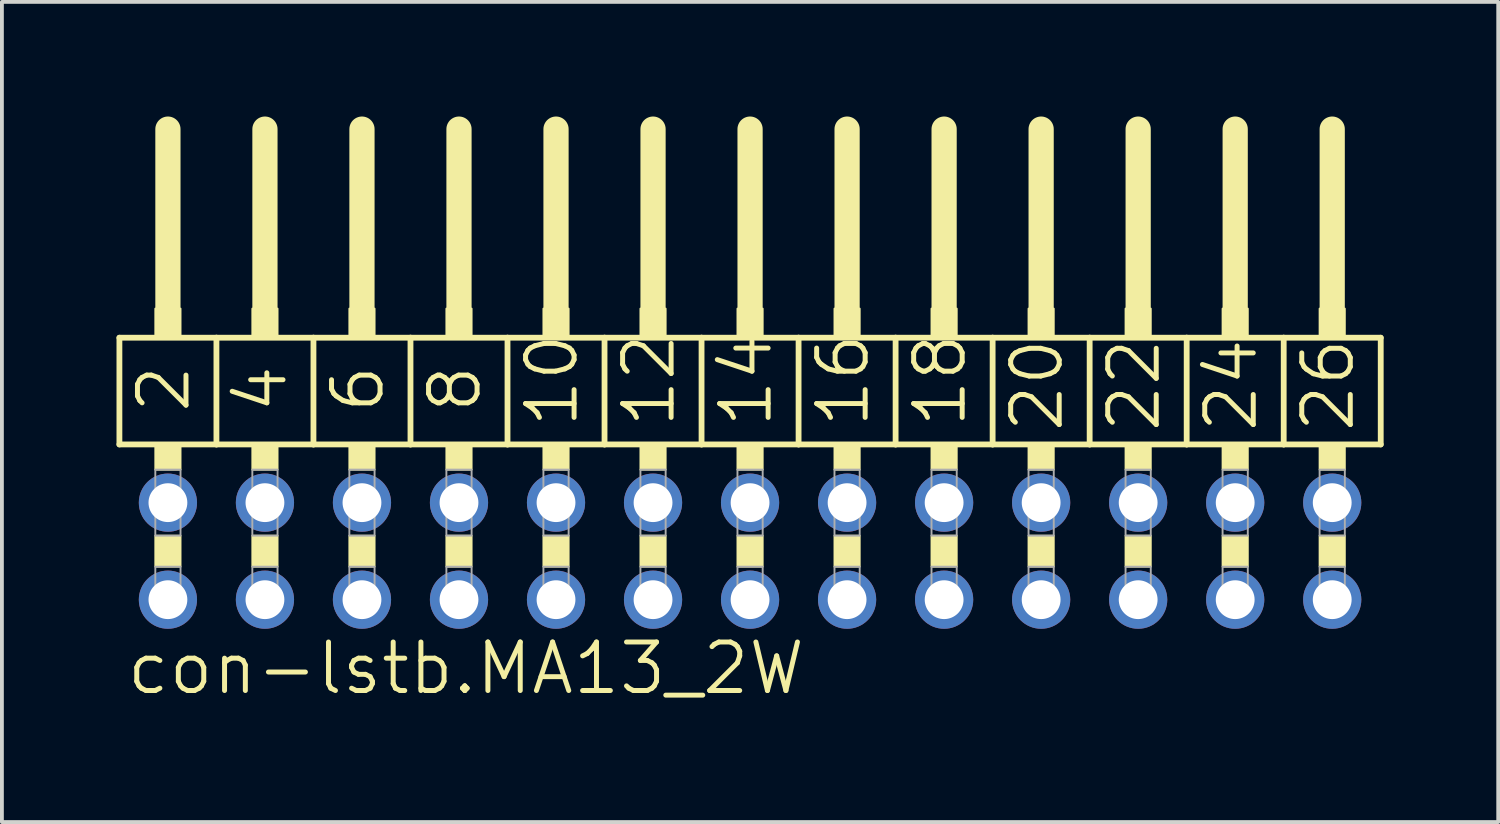
<source format=kicad_pcb>
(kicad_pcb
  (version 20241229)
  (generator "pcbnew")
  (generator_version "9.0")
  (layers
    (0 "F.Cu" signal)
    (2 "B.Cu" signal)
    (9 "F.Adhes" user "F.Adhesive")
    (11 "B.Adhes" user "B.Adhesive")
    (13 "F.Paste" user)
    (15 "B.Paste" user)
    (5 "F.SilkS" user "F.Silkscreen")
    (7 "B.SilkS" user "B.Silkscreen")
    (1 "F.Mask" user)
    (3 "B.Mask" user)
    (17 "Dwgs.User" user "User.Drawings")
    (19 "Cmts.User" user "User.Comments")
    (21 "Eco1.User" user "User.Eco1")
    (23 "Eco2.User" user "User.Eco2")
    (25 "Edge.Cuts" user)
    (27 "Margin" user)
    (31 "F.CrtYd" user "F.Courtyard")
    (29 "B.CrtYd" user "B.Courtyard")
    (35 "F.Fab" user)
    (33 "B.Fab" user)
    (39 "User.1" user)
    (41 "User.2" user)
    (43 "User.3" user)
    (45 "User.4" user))
  (footprint "con-lstb.MA13_2W"
    (layer "F.Cu")
    (at 16.586 11.379)
    (property "Reference" "con-lstb.MA13_2W" (at -16.383 3.81 0) (layer "F.SilkS") (effects (font (size 1.27 1.27) (thickness 0.13)) (justify left bottom)))
    (attr through_hole)
    (fp_line (start -16.51 -5.588) (end -13.97 -5.588) (stroke (width 0.152) (type default)) (layer "F.SilkS"))
    (fp_line (start -16.51 -2.794) (end -16.51 -5.588) (stroke (width 0.152) (type default)) (layer "F.SilkS"))
    (fp_line (start -15.24 -6.35) (end -15.24 -11.049) (stroke (width 0.66) (type default)) (layer "F.SilkS"))
    (fp_line (start -13.97 -5.588) (end -11.43 -5.588) (stroke (width 0.152) (type default)) (layer "F.SilkS"))
    (fp_line (start -13.97 -2.794) (end -16.51 -2.794) (stroke (width 0.152) (type default)) (layer "F.SilkS"))
    (fp_line (start -13.97 -2.794) (end -13.97 -5.588) (stroke (width 0.152) (type default)) (layer "F.SilkS"))
    (fp_line (start -13.97 -2.794) (end -11.43 -2.794) (stroke (width 0.152) (type default)) (layer "F.SilkS"))
    (fp_line (start -12.7 -6.35) (end -12.7 -11.049) (stroke (width 0.66) (type default)) (layer "F.SilkS"))
    (fp_line (start -11.43 -5.588) (end -8.89 -5.588) (stroke (width 0.152) (type default)) (layer "F.SilkS"))
    (fp_line (start -11.43 -2.794) (end -11.43 -5.588) (stroke (width 0.152) (type default)) (layer "F.SilkS"))
    (fp_line (start -10.16 -6.35) (end -10.16 -11.049) (stroke (width 0.66) (type default)) (layer "F.SilkS"))
    (fp_line (start -8.89 -5.588) (end -6.35 -5.588) (stroke (width 0.152) (type default)) (layer "F.SilkS"))
    (fp_line (start -8.89 -2.794) (end -11.43 -2.794) (stroke (width 0.152) (type default)) (layer "F.SilkS"))
    (fp_line (start -8.89 -2.794) (end -8.89 -5.588) (stroke (width 0.152) (type default)) (layer "F.SilkS"))
    (fp_line (start -7.62 -6.35) (end -7.62 -11.049) (stroke (width 0.66) (type default)) (layer "F.SilkS"))
    (fp_line (start -6.35 -5.588) (end -3.81 -5.588) (stroke (width 0.152) (type default)) (layer "F.SilkS"))
    (fp_line (start -6.35 -2.794) (end -8.89 -2.794) (stroke (width 0.152) (type default)) (layer "F.SilkS"))
    (fp_line (start -6.35 -2.794) (end -6.35 -5.588) (stroke (width 0.152) (type default)) (layer "F.SilkS"))
    (fp_line (start -5.08 -6.35) (end -5.08 -11.049) (stroke (width 0.66) (type default)) (layer "F.SilkS"))
    (fp_line (start -3.81 -5.588) (end -1.27 -5.588) (stroke (width 0.152) (type default)) (layer "F.SilkS"))
    (fp_line (start -3.81 -2.794) (end -6.35 -2.794) (stroke (width 0.152) (type default)) (layer "F.SilkS"))
    (fp_line (start -3.81 -2.794) (end -3.81 -5.588) (stroke (width 0.152) (type default)) (layer "F.SilkS"))
    (fp_line (start -2.54 -6.35) (end -2.54 -11.049) (stroke (width 0.66) (type default)) (layer "F.SilkS"))
    (fp_line (start -1.27 -5.588) (end 1.27 -5.588) (stroke (width 0.152) (type default)) (layer "F.SilkS"))
    (fp_line (start -1.27 -2.794) (end -3.81 -2.794) (stroke (width 0.152) (type default)) (layer "F.SilkS"))
    (fp_line (start -1.27 -2.794) (end -1.27 -5.588) (stroke (width 0.152) (type default)) (layer "F.SilkS"))
    (fp_line (start -1.27 -2.794) (end 1.27 -2.794) (stroke (width 0.152) (type default)) (layer "F.SilkS"))
    (fp_line (start 0 -6.35) (end 0 -11.049) (stroke (width 0.66) (type default)) (layer "F.SilkS"))
    (fp_line (start 1.27 -5.588) (end 3.81 -5.588) (stroke (width 0.152) (type default)) (layer "F.SilkS"))
    (fp_line (start 1.27 -2.794) (end 1.27 -5.588) (stroke (width 0.152) (type default)) (layer "F.SilkS"))
    (fp_line (start 2.54 -6.35) (end 2.54 -11.049) (stroke (width 0.66) (type default)) (layer "F.SilkS"))
    (fp_line (start 3.81 -5.588) (end 6.35 -5.588) (stroke (width 0.152) (type default)) (layer "F.SilkS"))
    (fp_line (start 3.81 -2.794) (end 1.27 -2.794) (stroke (width 0.152) (type default)) (layer "F.SilkS"))
    (fp_line (start 3.81 -2.794) (end 3.81 -5.588) (stroke (width 0.152) (type default)) (layer "F.SilkS"))
    (fp_line (start 5.08 -6.35) (end 5.08 -11.049) (stroke (width 0.66) (type default)) (layer "F.SilkS"))
    (fp_line (start 6.35 -5.588) (end 8.89 -5.588) (stroke (width 0.152) (type default)) (layer "F.SilkS"))
    (fp_line (start 6.35 -2.794) (end 3.81 -2.794) (stroke (width 0.152) (type default)) (layer "F.SilkS"))
    (fp_line (start 6.35 -2.794) (end 6.35 -5.588) (stroke (width 0.152) (type default)) (layer "F.SilkS"))
    (fp_line (start 7.62 -6.35) (end 7.62 -11.049) (stroke (width 0.66) (type default)) (layer "F.SilkS"))
    (fp_line (start 8.89 -5.588) (end 11.43 -5.588) (stroke (width 0.152) (type default)) (layer "F.SilkS"))
    (fp_line (start 8.89 -2.794) (end 6.35 -2.794) (stroke (width 0.152) (type default)) (layer "F.SilkS"))
    (fp_line (start 8.89 -2.794) (end 8.89 -5.588) (stroke (width 0.152) (type default)) (layer "F.SilkS"))
    (fp_line (start 10.16 -6.35) (end 10.16 -11.049) (stroke (width 0.66) (type default)) (layer "F.SilkS"))
    (fp_line (start 11.43 -5.588) (end 13.97 -5.588) (stroke (width 0.152) (type default)) (layer "F.SilkS"))
    (fp_line (start 11.43 -2.794) (end 8.89 -2.794) (stroke (width 0.152) (type default)) (layer "F.SilkS"))
    (fp_line (start 11.43 -2.794) (end 11.43 -5.588) (stroke (width 0.152) (type default)) (layer "F.SilkS"))
    (fp_line (start 11.43 -2.794) (end 13.97 -2.794) (stroke (width 0.152) (type default)) (layer "F.SilkS"))
    (fp_line (start 12.7 -6.35) (end 12.7 -11.049) (stroke (width 0.66) (type default)) (layer "F.SilkS"))
    (fp_line (start 13.97 -5.588) (end 16.51 -5.588) (stroke (width 0.152) (type default)) (layer "F.SilkS"))
    (fp_line (start 13.97 -2.794) (end 13.97 -5.588) (stroke (width 0.152) (type default)) (layer "F.SilkS"))
    (fp_line (start 15.24 -6.35) (end 15.24 -11.049) (stroke (width 0.66) (type default)) (layer "F.SilkS"))
    (fp_line (start 16.51 -2.794) (end 13.97 -2.794) (stroke (width 0.152) (type default)) (layer "F.SilkS"))
    (fp_line (start 16.51 -2.794) (end 16.51 -5.588) (stroke (width 0.152) (type default)) (layer "F.SilkS"))
    (fp_rect (start -15.57 -5.588) (end -14.91 -6.35) (stroke (width 0.05) (type default)) (fill yes) (layer "F.SilkS"))
    (fp_rect (start -15.57 -2.134) (end -14.91 -2.794) (stroke (width 0.05) (type default)) (fill yes) (layer "F.SilkS"))
    (fp_rect (start -15.57 0.406) (end -14.91 -0.406) (stroke (width 0.05) (type default)) (fill yes) (layer "F.SilkS"))
    (fp_rect (start -13.03 -5.588) (end -12.37 -6.35) (stroke (width 0.05) (type default)) (fill yes) (layer "F.SilkS"))
    (fp_rect (start -13.03 -2.134) (end -12.37 -2.794) (stroke (width 0.05) (type default)) (fill yes) (layer "F.SilkS"))
    (fp_rect (start -13.03 0.406) (end -12.37 -0.406) (stroke (width 0.05) (type default)) (fill yes) (layer "F.SilkS"))
    (fp_rect (start -10.49 -5.588) (end -9.83 -6.35) (stroke (width 0.05) (type default)) (fill yes) (layer "F.SilkS"))
    (fp_rect (start -10.49 -2.134) (end -9.83 -2.794) (stroke (width 0.05) (type default)) (fill yes) (layer "F.SilkS"))
    (fp_rect (start -10.49 0.406) (end -9.83 -0.406) (stroke (width 0.05) (type default)) (fill yes) (layer "F.SilkS"))
    (fp_rect (start -7.95 -5.588) (end -7.29 -6.35) (stroke (width 0.05) (type default)) (fill yes) (layer "F.SilkS"))
    (fp_rect (start -7.95 -2.134) (end -7.29 -2.794) (stroke (width 0.05) (type default)) (fill yes) (layer "F.SilkS"))
    (fp_rect (start -7.95 0.406) (end -7.29 -0.406) (stroke (width 0.05) (type default)) (fill yes) (layer "F.SilkS"))
    (fp_rect (start -5.41 -5.588) (end -4.75 -6.35) (stroke (width 0.05) (type default)) (fill yes) (layer "F.SilkS"))
    (fp_rect (start -5.41 -2.134) (end -4.75 -2.794) (stroke (width 0.05) (type default)) (fill yes) (layer "F.SilkS"))
    (fp_rect (start -5.41 0.406) (end -4.75 -0.406) (stroke (width 0.05) (type default)) (fill yes) (layer "F.SilkS"))
    (fp_rect (start -2.87 -5.588) (end -2.21 -6.35) (stroke (width 0.05) (type default)) (fill yes) (layer "F.SilkS"))
    (fp_rect (start -2.87 -2.134) (end -2.21 -2.794) (stroke (width 0.05) (type default)) (fill yes) (layer "F.SilkS"))
    (fp_rect (start -2.87 0.406) (end -2.21 -0.406) (stroke (width 0.05) (type default)) (fill yes) (layer "F.SilkS"))
    (fp_rect (start -0.33 -5.588) (end 0.33 -6.35) (stroke (width 0.05) (type default)) (fill yes) (layer "F.SilkS"))
    (fp_rect (start -0.33 -2.134) (end 0.33 -2.794) (stroke (width 0.05) (type default)) (fill yes) (layer "F.SilkS"))
    (fp_rect (start -0.33 0.406) (end 0.33 -0.406) (stroke (width 0.05) (type default)) (fill yes) (layer "F.SilkS"))
    (fp_rect (start 2.21 -5.588) (end 2.87 -6.35) (stroke (width 0.05) (type default)) (fill yes) (layer "F.SilkS"))
    (fp_rect (start 2.21 -2.134) (end 2.87 -2.794) (stroke (width 0.05) (type default)) (fill yes) (layer "F.SilkS"))
    (fp_rect (start 2.21 0.406) (end 2.87 -0.406) (stroke (width 0.05) (type default)) (fill yes) (layer "F.SilkS"))
    (fp_rect (start 4.75 -5.588) (end 5.41 -6.35) (stroke (width 0.05) (type default)) (fill yes) (layer "F.SilkS"))
    (fp_rect (start 4.75 -2.134) (end 5.41 -2.794) (stroke (width 0.05) (type default)) (fill yes) (layer "F.SilkS"))
    (fp_rect (start 4.75 0.406) (end 5.41 -0.406) (stroke (width 0.05) (type default)) (fill yes) (layer "F.SilkS"))
    (fp_rect (start 7.29 -5.588) (end 7.95 -6.35) (stroke (width 0.05) (type default)) (fill yes) (layer "F.SilkS"))
    (fp_rect (start 7.29 -2.134) (end 7.95 -2.794) (stroke (width 0.05) (type default)) (fill yes) (layer "F.SilkS"))
    (fp_rect (start 7.29 0.406) (end 7.95 -0.406) (stroke (width 0.05) (type default)) (fill yes) (layer "F.SilkS"))
    (fp_rect (start 9.83 -5.588) (end 10.49 -6.35) (stroke (width 0.05) (type default)) (fill yes) (layer "F.SilkS"))
    (fp_rect (start 9.83 -2.134) (end 10.49 -2.794) (stroke (width 0.05) (type default)) (fill yes) (layer "F.SilkS"))
    (fp_rect (start 9.83 0.406) (end 10.49 -0.406) (stroke (width 0.05) (type default)) (fill yes) (layer "F.SilkS"))
    (fp_rect (start 12.37 -5.588) (end 13.03 -6.35) (stroke (width 0.05) (type default)) (fill yes) (layer "F.SilkS"))
    (fp_rect (start 12.37 -2.134) (end 13.03 -2.794) (stroke (width 0.05) (type default)) (fill yes) (layer "F.SilkS"))
    (fp_rect (start 12.37 0.406) (end 13.03 -0.406) (stroke (width 0.05) (type default)) (fill yes) (layer "F.SilkS"))
    (fp_rect (start 14.91 -5.588) (end 15.57 -6.35) (stroke (width 0.05) (type default)) (fill yes) (layer "F.SilkS"))
    (fp_rect (start 14.91 -2.134) (end 15.57 -2.794) (stroke (width 0.05) (type default)) (fill yes) (layer "F.SilkS"))
    (fp_rect (start 14.91 0.406) (end 15.57 -0.406) (stroke (width 0.05) (type default)) (fill yes) (layer "F.SilkS"))
    (fp_rect (start -15.57 -0.406) (end -14.91 -2.134) (stroke (width 0.05) (type default)) (fill no) (layer "F.Fab"))
    (fp_rect (start -15.57 1.575) (end -14.91 0.406) (stroke (width 0.05) (type default)) (fill no) (layer "F.Fab"))
    (fp_rect (start -13.03 -0.406) (end -12.37 -2.134) (stroke (width 0.05) (type default)) (fill no) (layer "F.Fab"))
    (fp_rect (start -13.03 1.575) (end -12.37 0.406) (stroke (width 0.05) (type default)) (fill no) (layer "F.Fab"))
    (fp_rect (start -10.49 -0.406) (end -9.83 -2.134) (stroke (width 0.05) (type default)) (fill no) (layer "F.Fab"))
    (fp_rect (start -10.49 1.575) (end -9.83 0.406) (stroke (width 0.05) (type default)) (fill no) (layer "F.Fab"))
    (fp_rect (start -7.95 -0.406) (end -7.29 -2.134) (stroke (width 0.05) (type default)) (fill no) (layer "F.Fab"))
    (fp_rect (start -7.95 1.575) (end -7.29 0.406) (stroke (width 0.05) (type default)) (fill no) (layer "F.Fab"))
    (fp_rect (start -5.41 -0.406) (end -4.75 -2.134) (stroke (width 0.05) (type default)) (fill no) (layer "F.Fab"))
    (fp_rect (start -5.41 1.575) (end -4.75 0.406) (stroke (width 0.05) (type default)) (fill no) (layer "F.Fab"))
    (fp_rect (start -2.87 -0.406) (end -2.21 -2.134) (stroke (width 0.05) (type default)) (fill no) (layer "F.Fab"))
    (fp_rect (start -2.87 1.575) (end -2.21 0.406) (stroke (width 0.05) (type default)) (fill no) (layer "F.Fab"))
    (fp_rect (start -0.33 -0.406) (end 0.33 -2.134) (stroke (width 0.05) (type default)) (fill no) (layer "F.Fab"))
    (fp_rect (start -0.33 1.575) (end 0.33 0.406) (stroke (width 0.05) (type default)) (fill no) (layer "F.Fab"))
    (fp_rect (start 2.21 -0.406) (end 2.87 -2.134) (stroke (width 0.05) (type default)) (fill no) (layer "F.Fab"))
    (fp_rect (start 2.21 1.575) (end 2.87 0.406) (stroke (width 0.05) (type default)) (fill no) (layer "F.Fab"))
    (fp_rect (start 4.75 -0.406) (end 5.41 -2.134) (stroke (width 0.05) (type default)) (fill no) (layer "F.Fab"))
    (fp_rect (start 4.75 1.575) (end 5.41 0.406) (stroke (width 0.05) (type default)) (fill no) (layer "F.Fab"))
    (fp_rect (start 7.29 -0.406) (end 7.95 -2.134) (stroke (width 0.05) (type default)) (fill no) (layer "F.Fab"))
    (fp_rect (start 7.29 1.575) (end 7.95 0.406) (stroke (width 0.05) (type default)) (fill no) (layer "F.Fab"))
    (fp_rect (start 9.83 -0.406) (end 10.49 -2.134) (stroke (width 0.05) (type default)) (fill no) (layer "F.Fab"))
    (fp_rect (start 9.83 1.575) (end 10.49 0.406) (stroke (width 0.05) (type default)) (fill no) (layer "F.Fab"))
    (fp_rect (start 12.37 -0.406) (end 13.03 -2.134) (stroke (width 0.05) (type default)) (fill no) (layer "F.Fab"))
    (fp_rect (start 12.37 1.575) (end 13.03 0.406) (stroke (width 0.05) (type default)) (fill no) (layer "F.Fab"))
    (fp_rect (start 14.91 -0.406) (end 15.57 -2.134) (stroke (width 0.05) (type default)) (fill no) (layer "F.Fab"))
    (fp_rect (start 14.91 1.575) (end 15.57 0.406) (stroke (width 0.05) (type default)) (fill no) (layer "F.Fab"))
    (fp_text user "12" (at -1.905 -3.175 90) (layer "F.SilkS") (effects (font (size 1.27 1.27) (thickness 0.13)) (justify left bottom)))
    (fp_text user "14" (at 0.635 -3.175 90) (layer "F.SilkS") (effects (font (size 1.27 1.27) (thickness 0.13)) (justify left bottom)))
    (fp_text user "6" (at -9.525 -3.556 90) (layer "F.SilkS") (effects (font (size 1.27 1.27) (thickness 0.13)) (justify left bottom)))
    (fp_text user "18" (at 5.715 -3.175 90) (layer "F.SilkS") (effects (font (size 1.27 1.27) (thickness 0.13)) (justify left bottom)))
    (fp_text user "20" (at 8.255 -3.048 90) (layer "F.SilkS") (effects (font (size 1.27 1.27) (thickness 0.13)) (justify left bottom)))
    (fp_text user "2" (at -14.605 -3.556 90) (layer "F.SilkS") (effects (font (size 1.27 1.27) (thickness 0.13)) (justify left bottom)))
    (fp_text user "4" (at -12.065 -3.556 90) (layer "F.SilkS") (effects (font (size 1.27 1.27) (thickness 0.13)) (justify left bottom)))
    (fp_text user "22" (at 10.795 -3.048 90) (layer "F.SilkS") (effects (font (size 1.27 1.27) (thickness 0.13)) (justify left bottom)))
    (fp_text user "10" (at -4.445 -3.175 90) (layer "F.SilkS") (effects (font (size 1.27 1.27) (thickness 0.13)) (justify left bottom)))
    (fp_text user "26" (at 15.875 -3.048 90) (layer "F.SilkS") (effects (font (size 1.27 1.27) (thickness 0.13)) (justify left bottom)))
    (fp_text user "24" (at 13.335 -3.048 90) (layer "F.SilkS") (effects (font (size 1.27 1.27) (thickness 0.13)) (justify left bottom)))
    (fp_text user "16" (at 3.175 -3.175 90) (layer "F.SilkS") (effects (font (size 1.27 1.27) (thickness 0.13)) (justify left bottom)))
    (fp_text user "8" (at -6.985 -3.556 90) (layer "F.SilkS") (effects (font (size 1.27 1.27) (thickness 0.13)) (justify left bottom)))
    (pad "1" thru_hole circle (at -15.24 1.27) (size 1.524 1.524) (drill 1.016) (layers "*.Cu" "*.Mask"))
    (pad "2" thru_hole circle (at -15.24 -1.27) (size 1.524 1.524) (drill 1.016) (layers "*.Cu" "*.Mask"))
    (pad "3" thru_hole circle (at -12.7 1.27) (size 1.524 1.524) (drill 1.016) (layers "*.Cu" "*.Mask"))
    (pad "4" thru_hole circle (at -12.7 -1.27) (size 1.524 1.524) (drill 1.016) (layers "*.Cu" "*.Mask"))
    (pad "5" thru_hole circle (at -10.16 1.27) (size 1.524 1.524) (drill 1.016) (layers "*.Cu" "*.Mask"))
    (pad "6" thru_hole circle (at -10.16 -1.27) (size 1.524 1.524) (drill 1.016) (layers "*.Cu" "*.Mask"))
    (pad "7" thru_hole circle (at -7.62 1.27) (size 1.524 1.524) (drill 1.016) (layers "*.Cu" "*.Mask"))
    (pad "8" thru_hole circle (at -7.62 -1.27) (size 1.524 1.524) (drill 1.016) (layers "*.Cu" "*.Mask"))
    (pad "9" thru_hole circle (at -5.08 1.27) (size 1.524 1.524) (drill 1.016) (layers "*.Cu" "*.Mask"))
    (pad "10" thru_hole circle (at -5.08 -1.27) (size 1.524 1.524) (drill 1.016) (layers "*.Cu" "*.Mask"))
    (pad "11" thru_hole circle (at -2.54 1.27) (size 1.524 1.524) (drill 1.016) (layers "*.Cu" "*.Mask"))
    (pad "12" thru_hole circle (at -2.54 -1.27) (size 1.524 1.524) (drill 1.016) (layers "*.Cu" "*.Mask"))
    (pad "13" thru_hole circle (at 0 1.27) (size 1.524 1.524) (drill 1.016) (layers "*.Cu" "*.Mask"))
    (pad "14" thru_hole circle (at 0 -1.27) (size 1.524 1.524) (drill 1.016) (layers "*.Cu" "*.Mask"))
    (pad "15" thru_hole circle (at 2.54 1.27) (size 1.524 1.524) (drill 1.016) (layers "*.Cu" "*.Mask"))
    (pad "16" thru_hole circle (at 2.54 -1.27) (size 1.524 1.524) (drill 1.016) (layers "*.Cu" "*.Mask"))
    (pad "17" thru_hole circle (at 5.08 1.27) (size 1.524 1.524) (drill 1.016) (layers "*.Cu" "*.Mask"))
    (pad "18" thru_hole circle (at 5.08 -1.27) (size 1.524 1.524) (drill 1.016) (layers "*.Cu" "*.Mask"))
    (pad "19" thru_hole circle (at 7.62 1.27) (size 1.524 1.524) (drill 1.016) (layers "*.Cu" "*.Mask"))
    (pad "20" thru_hole circle (at 7.62 -1.27) (size 1.524 1.524) (drill 1.016) (layers "*.Cu" "*.Mask"))
    (pad "21" thru_hole circle (at 10.16 1.27) (size 1.524 1.524) (drill 1.016) (layers "*.Cu" "*.Mask"))
    (pad "22" thru_hole circle (at 10.16 -1.27) (size 1.524 1.524) (drill 1.016) (layers "*.Cu" "*.Mask"))
    (pad "23" thru_hole circle (at 12.7 1.27) (size 1.524 1.524) (drill 1.016) (layers "*.Cu" "*.Mask"))
    (pad "24" thru_hole circle (at 12.7 -1.27) (size 1.524 1.524) (drill 1.016) (layers "*.Cu" "*.Mask"))
    (pad "25" thru_hole circle (at 15.24 1.27) (size 1.524 1.524) (drill 1.016) (layers "*.Cu" "*.Mask"))
    (pad "26" thru_hole circle (at 15.24 -1.27) (size 1.524 1.524) (drill 1.016) (layers "*.Cu" "*.Mask")))
  (gr_rect
    (start -3 -3)
    (end 36.172 18.471)
    (stroke (width 0.1) (type default))
    (fill no)
    (layer "Edge.Cuts")))
</source>
